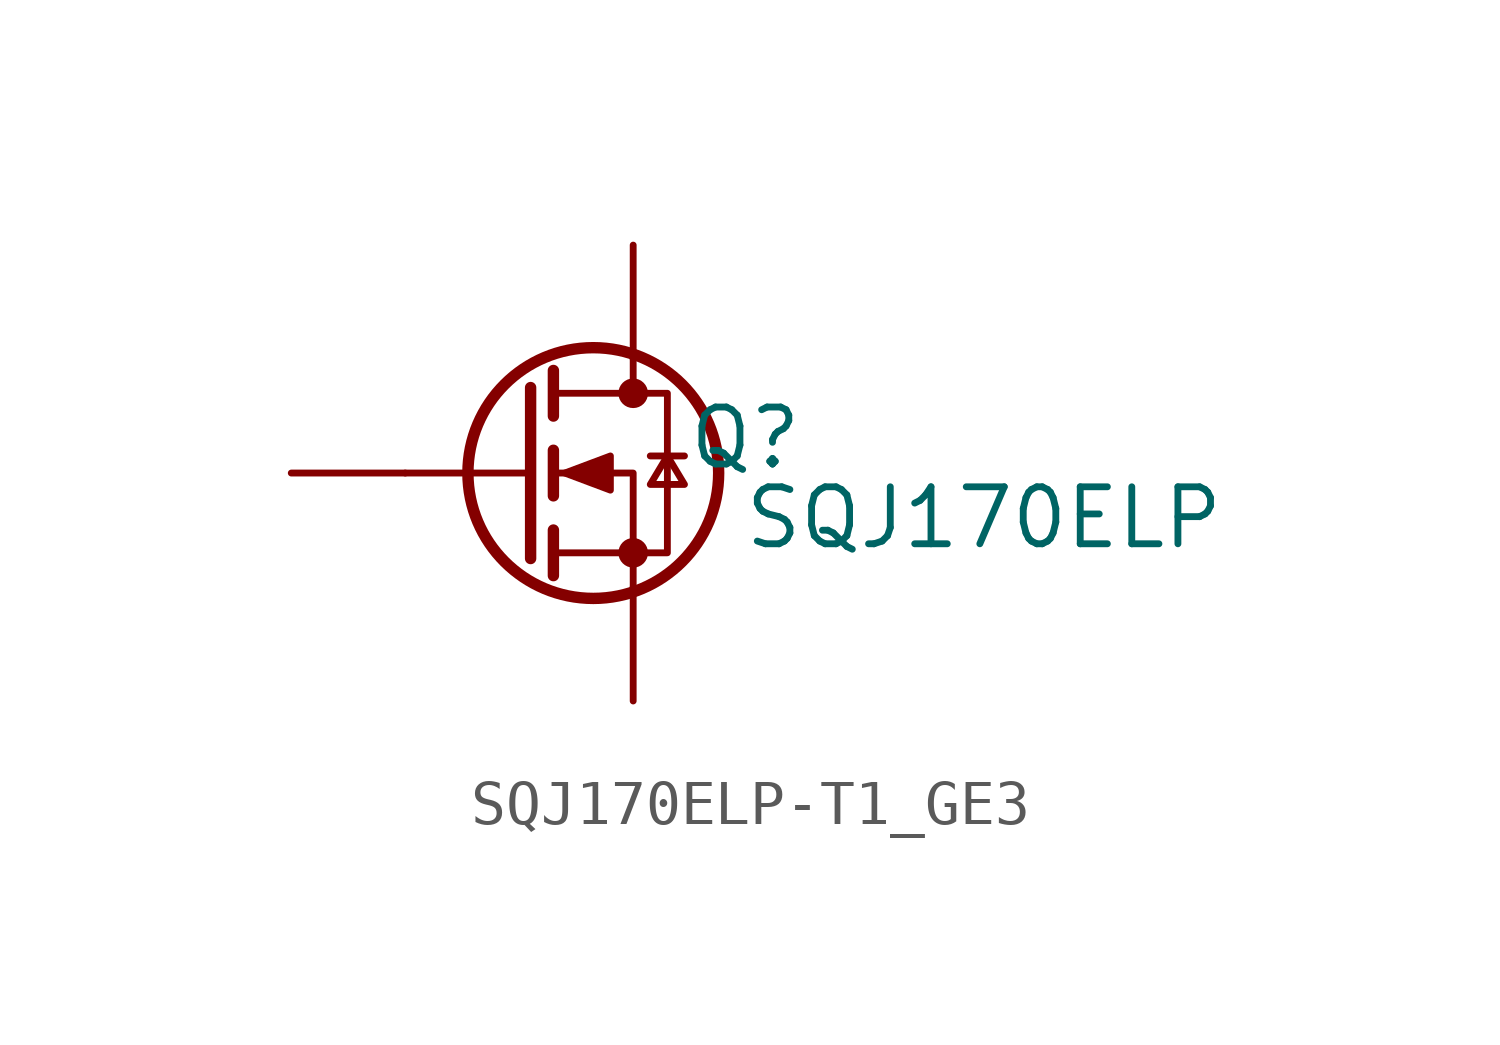
<source format=kicad_sym>
(kicad_symbol_lib
  (version 20241209)
  (generator "kicad_symbol_editor")
  (generator_version "9.0")
  (symbol "SQJ170ELP-T1_GE3"
    (property "Reference" "Q"
      (at 11.43 1.524 0)
      (effects (font (size 1.27 1.27)) (justify right top)))
    (property "Value" "SQJ170ELP"
      (at 20.828 -0.254 0)
      (effects (font (size 1.27 1.27)) (justify right top)))
    (symbol "SQJ170ELP-T1_GE3_0_1"
      (polyline (pts (xy 5.334 1.905) (xy 5.334 -1.905)) (stroke (width 0.254) (type default)) (fill (type none)))
      (polyline (pts (xy 5.334 0) (xy 2.54 0)) (stroke (width 0) (type default)) (fill (type none)))
      (polyline (pts (xy 5.842 2.286) (xy 5.842 1.27)) (stroke (width 0.254) (type default)) (fill (type none)))
      (polyline (pts (xy 5.842 0.508) (xy 5.842 -0.508)) (stroke (width 0.254) (type default)) (fill (type none)))
      (polyline (pts (xy 5.842 -1.27) (xy 5.842 -2.286)) (stroke (width 0.254) (type default)) (fill (type none)))
      (polyline (pts (xy 5.842 -1.778) (xy 8.382 -1.778) (xy 8.382 1.778) (xy 5.842 1.778)) (stroke (width 0) (type default)) (fill (type none)))
      (polyline (pts (xy 6.096 0) (xy 7.112 0.381) (xy 7.112 -0.381) (xy 6.096 0)) (stroke (width 0) (type default)) (fill (type outline)))
      (circle (center 6.731 0) (radius 2.794) (stroke (width 0.254) (type default)) (fill (type none)))
      (polyline (pts (xy 7.62 2.54) (xy 7.62 1.778)) (stroke (width 0) (type default)) (fill (type none)))
      (circle (center 7.62 1.778) (radius 0.254) (stroke (width 0) (type default)) (fill (type outline)))
      (circle (center 7.62 -1.778) (radius 0.254) (stroke (width 0) (type default)) (fill (type outline)))
      (polyline (pts (xy 7.62 -2.54) (xy 7.62 0) (xy 5.842 0)) (stroke (width 0) (type default)) (fill (type none)))
      (polyline (pts (xy 8.001 0.381) (xy 8.763 0.381)) (stroke (width 0) (type default)) (fill (type none)))
      (polyline (pts (xy 8.382 0.381) (xy 8.001 -0.254) (xy 8.763 -0.254) (xy 8.382 0.381)) (stroke (width 0) (type default)) (fill (type none))))
    (symbol "SQJ170ELP-T1_GE3_1_1"
      (pin input line (at 0 0 0) (length 2.54) (name "" (effects (font (size 1.27 1.27)))) (number "4" (effects (font (size 0 0)))))
      (pin passive line (at 7.62 5.08 270) (length 2.54) (name "" (effects (font (size 1.27 1.27)))) (number "9" (effects (font (size 0 0)))))
      (pin passive line (at 7.62 -5.08 90) (length 2.54) (name "" (effects (font (size 1.27 1.27)))) (number "1" (effects (font (size 0 0))))))))
</source>
